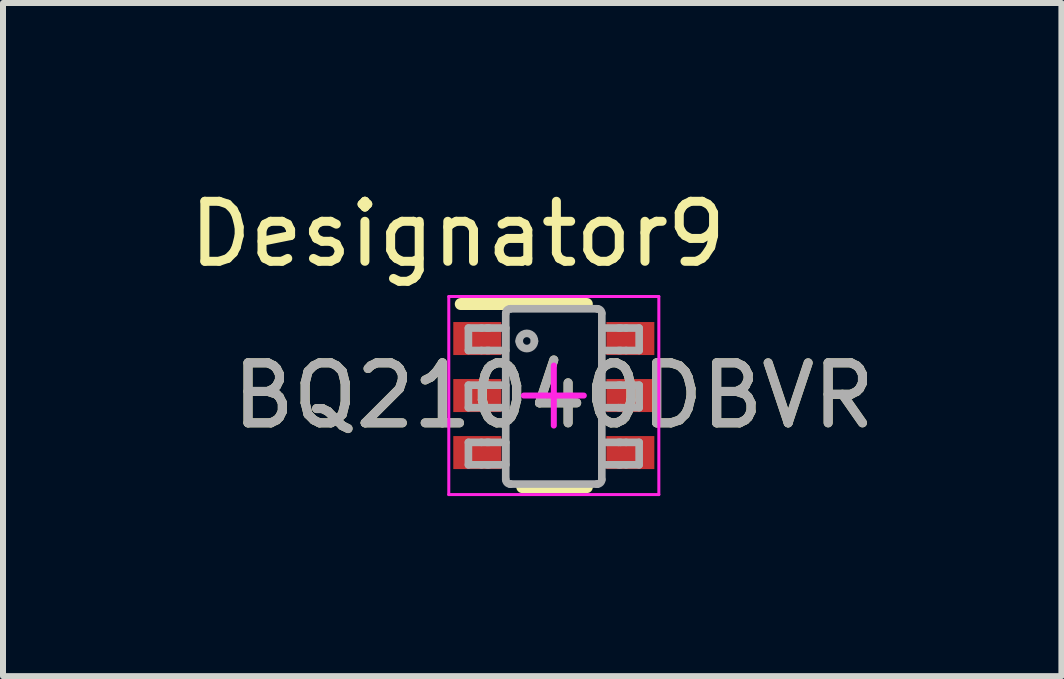
<source format=kicad_pcb>
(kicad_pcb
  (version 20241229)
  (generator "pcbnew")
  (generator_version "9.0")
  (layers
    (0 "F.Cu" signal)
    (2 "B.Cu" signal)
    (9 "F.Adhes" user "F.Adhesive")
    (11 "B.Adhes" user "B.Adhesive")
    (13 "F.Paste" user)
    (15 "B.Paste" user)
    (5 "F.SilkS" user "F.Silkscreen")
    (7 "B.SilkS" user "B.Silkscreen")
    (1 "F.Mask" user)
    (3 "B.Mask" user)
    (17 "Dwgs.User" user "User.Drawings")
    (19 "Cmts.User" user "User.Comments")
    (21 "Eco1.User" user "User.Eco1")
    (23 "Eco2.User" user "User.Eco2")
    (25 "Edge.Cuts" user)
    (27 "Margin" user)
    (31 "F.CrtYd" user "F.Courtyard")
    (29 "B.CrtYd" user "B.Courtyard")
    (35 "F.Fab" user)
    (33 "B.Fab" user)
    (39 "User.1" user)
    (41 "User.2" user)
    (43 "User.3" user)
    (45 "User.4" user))
  (footprint "BQ21040DBVR"
    (layer "F.Cu")
    (at 6.178 3.541)
    (property "Reference" "BQ21040DBVR" (at 0 0 0) (unlocked yes) (layer "F.SilkS") (effects (font (size 1 1) (thickness 0.15))))
    (attr smd)
    (fp_line (start -1.55 -1.525) (end 0.55 -1.525) (stroke (width 0.2) (type solid)) (layer "F.SilkS"))
    (fp_line (start -0.525 1.525) (end 0.55 1.525) (stroke (width 0.2) (type solid)) (layer "F.SilkS"))
    (fp_line (start -1.75 -1.65) (end 1.75 -1.65) (stroke (width 0.05) (type solid)) (layer "F.CrtYd"))
    (fp_line (start -1.75 1.65) (end -1.75 -1.65) (stroke (width 0.05) (type solid)) (layer "F.CrtYd"))
    (fp_line (start -1.75 1.65) (end 1.75 1.65) (stroke (width 0.05) (type solid)) (layer "F.CrtYd"))
    (fp_line (start -0.5 0) (end 0.5 0) (stroke (width 0.1) (type solid)) (layer "F.CrtYd"))
    (fp_line (start 0 0.5) (end 0 -0.5) (stroke (width 0.1) (type solid)) (layer "F.CrtYd"))
    (fp_line (start 1.75 1.65) (end 1.75 -1.65) (stroke (width 0.05) (type solid)) (layer "F.CrtYd"))
    (fp_line (start -1.423 -1.125) (end -1.206 -1.125) (stroke (width 0.127) (type solid)) (layer "F.Fab"))
    (fp_line (start -1.423 -0.751) (end -1.423 -1.125) (stroke (width 0.127) (type solid)) (layer "F.Fab"))
    (fp_line (start -1.423 -0.751) (end -1.206 -0.751) (stroke (width 0.127) (type solid)) (layer "F.Fab"))
    (fp_line (start -1.423 -0.173) (end -1.206 -0.173) (stroke (width 0.127) (type solid)) (layer "F.Fab"))
    (fp_line (start -1.423 0.202) (end -1.423 -0.173) (stroke (width 0.127) (type solid)) (layer "F.Fab"))
    (fp_line (start -1.423 0.202) (end -1.206 0.202) (stroke (width 0.127) (type solid)) (layer "F.Fab"))
    (fp_line (start -1.423 0.78) (end -1.206 0.78) (stroke (width 0.127) (type solid)) (layer "F.Fab"))
    (fp_line (start -1.423 1.154) (end -1.423 0.78) (stroke (width 0.127) (type solid)) (layer "F.Fab"))
    (fp_line (start -1.423 1.154) (end -1.206 1.154) (stroke (width 0.127) (type solid)) (layer "F.Fab"))
    (fp_line (start -1.206 -1.125) (end -1.113 -1.125) (stroke (width 0.127) (type solid)) (layer "F.Fab"))
    (fp_line (start -1.206 -0.751) (end -1.113 -0.751) (stroke (width 0.127) (type solid)) (layer "F.Fab"))
    (fp_line (start -1.206 -0.173) (end -1.113 -0.173) (stroke (width 0.127) (type solid)) (layer "F.Fab"))
    (fp_line (start -1.206 0.202) (end -1.113 0.202) (stroke (width 0.127) (type solid)) (layer "F.Fab"))
    (fp_line (start -1.206 0.78) (end -1.113 0.78) (stroke (width 0.127) (type solid)) (layer "F.Fab"))
    (fp_line (start -1.206 1.154) (end -1.113 1.154) (stroke (width 0.127) (type solid)) (layer "F.Fab"))
    (fp_line (start -1.113 -1.125) (end -1.081 -1.125) (stroke (width 0.127) (type solid)) (layer "F.Fab"))
    (fp_line (start -1.113 -0.751) (end -1.081 -0.751) (stroke (width 0.127) (type solid)) (layer "F.Fab"))
    (fp_line (start -1.113 -0.173) (end -1.081 -0.173) (stroke (width 0.127) (type solid)) (layer "F.Fab"))
    (fp_line (start -1.113 0.202) (end -1.081 0.202) (stroke (width 0.127) (type solid)) (layer "F.Fab"))
    (fp_line (start -1.113 0.78) (end -1.081 0.78) (stroke (width 0.127) (type solid)) (layer "F.Fab"))
    (fp_line (start -1.113 1.154) (end -1.081 1.154) (stroke (width 0.127) (type solid)) (layer "F.Fab"))
    (fp_line (start -1.081 -1.125) (end -0.828 -1.125) (stroke (width 0.127) (type solid)) (layer "F.Fab"))
    (fp_line (start -1.081 -0.751) (end -0.828 -0.751) (stroke (width 0.127) (type solid)) (layer "F.Fab"))
    (fp_line (start -1.081 -0.173) (end -0.828 -0.173) (stroke (width 0.127) (type solid)) (layer "F.Fab"))
    (fp_line (start -1.081 0.202) (end -0.828 0.202) (stroke (width 0.127) (type solid)) (layer "F.Fab"))
    (fp_line (start -1.081 0.78) (end -0.828 0.78) (stroke (width 0.127) (type solid)) (layer "F.Fab"))
    (fp_line (start -1.081 1.154) (end -0.828 1.154) (stroke (width 0.127) (type solid)) (layer "F.Fab"))
    (fp_line (start -0.828 -1.125) (end -0.801 -1.125) (stroke (width 0.127) (type solid)) (layer "F.Fab"))
    (fp_line (start -0.828 -0.751) (end -0.801 -0.751) (stroke (width 0.127) (type solid)) (layer "F.Fab"))
    (fp_line (start -0.828 -0.173) (end -0.801 -0.173) (stroke (width 0.127) (type solid)) (layer "F.Fab"))
    (fp_line (start -0.828 0.202) (end -0.801 0.202) (stroke (width 0.127) (type solid)) (layer "F.Fab"))
    (fp_line (start -0.828 0.78) (end -0.801 0.78) (stroke (width 0.127) (type solid)) (layer "F.Fab"))
    (fp_line (start -0.828 1.154) (end -0.801 1.154) (stroke (width 0.127) (type solid)) (layer "F.Fab"))
    (fp_line (start -0.801 -0.751) (end -0.801 -1.125) (stroke (width 0.127) (type solid)) (layer "F.Fab"))
    (fp_line (start -0.801 0.202) (end -0.801 -0.173) (stroke (width 0.127) (type solid)) (layer "F.Fab"))
    (fp_line (start -0.801 1.154) (end -0.801 0.78) (stroke (width 0.127) (type solid)) (layer "F.Fab"))
    (fp_line (start -0.801 1.399) (end -0.801 -1.37) (stroke (width 0.127) (type solid)) (layer "F.Fab"))
    (fp_line (start -0.725 -1.446) (end -0.724 -1.446) (stroke (width 0.127) (type solid)) (layer "F.Fab"))
    (fp_line (start -0.725 1.475) (end -0.724 1.475) (stroke (width 0.127) (type solid)) (layer "F.Fab"))
    (fp_line (start -0.724 -1.446) (end 0.723 -1.446) (stroke (width 0.127) (type solid)) (layer "F.Fab"))
    (fp_line (start -0.724 1.475) (end 0.723 1.475) (stroke (width 0.127) (type solid)) (layer "F.Fab"))
    (fp_line (start 0.723 -1.446) (end 0.724 -1.446) (stroke (width 0.127) (type solid)) (layer "F.Fab"))
    (fp_line (start 0.723 1.475) (end 0.724 1.475) (stroke (width 0.127) (type solid)) (layer "F.Fab"))
    (fp_line (start 0.8 -1.125) (end 0.827 -1.125) (stroke (width 0.127) (type solid)) (layer "F.Fab"))
    (fp_line (start 0.8 -0.751) (end 0.8 -1.125) (stroke (width 0.127) (type solid)) (layer "F.Fab"))
    (fp_line (start 0.8 -0.751) (end 0.827 -0.751) (stroke (width 0.127) (type solid)) (layer "F.Fab"))
    (fp_line (start 0.8 -0.173) (end 0.827 -0.173) (stroke (width 0.127) (type solid)) (layer "F.Fab"))
    (fp_line (start 0.8 0.202) (end 0.8 -0.173) (stroke (width 0.127) (type solid)) (layer "F.Fab"))
    (fp_line (start 0.8 0.202) (end 0.827 0.202) (stroke (width 0.127) (type solid)) (layer "F.Fab"))
    (fp_line (start 0.8 0.78) (end 0.827 0.78) (stroke (width 0.127) (type solid)) (layer "F.Fab"))
    (fp_line (start 0.8 1.154) (end 0.8 0.78) (stroke (width 0.127) (type solid)) (layer "F.Fab"))
    (fp_line (start 0.8 1.154) (end 0.827 1.154) (stroke (width 0.127) (type solid)) (layer "F.Fab"))
    (fp_line (start 0.8 1.399) (end 0.8 -1.37) (stroke (width 0.127) (type solid)) (layer "F.Fab"))
    (fp_line (start 0.827 -1.125) (end 1.08 -1.125) (stroke (width 0.127) (type solid)) (layer "F.Fab"))
    (fp_line (start 0.827 -0.751) (end 1.08 -0.751) (stroke (width 0.127) (type solid)) (layer "F.Fab"))
    (fp_line (start 0.827 -0.173) (end 1.08 -0.173) (stroke (width 0.127) (type solid)) (layer "F.Fab"))
    (fp_line (start 0.827 0.202) (end 1.08 0.202) (stroke (width 0.127) (type solid)) (layer "F.Fab"))
    (fp_line (start 0.827 0.78) (end 1.08 0.78) (stroke (width 0.127) (type solid)) (layer "F.Fab"))
    (fp_line (start 0.827 1.154) (end 1.08 1.154) (stroke (width 0.127) (type solid)) (layer "F.Fab"))
    (fp_line (start 1.08 -1.125) (end 1.112 -1.125) (stroke (width 0.127) (type solid)) (layer "F.Fab"))
    (fp_line (start 1.08 -0.751) (end 1.112 -0.751) (stroke (width 0.127) (type solid)) (layer "F.Fab"))
    (fp_line (start 1.08 -0.173) (end 1.112 -0.173) (stroke (width 0.127) (type solid)) (layer "F.Fab"))
    (fp_line (start 1.08 0.202) (end 1.112 0.202) (stroke (width 0.127) (type solid)) (layer "F.Fab"))
    (fp_line (start 1.08 0.78) (end 1.112 0.78) (stroke (width 0.127) (type solid)) (layer "F.Fab"))
    (fp_line (start 1.08 1.154) (end 1.112 1.154) (stroke (width 0.127) (type solid)) (layer "F.Fab"))
    (fp_line (start 1.112 -1.125) (end 1.205 -1.125) (stroke (width 0.127) (type solid)) (layer "F.Fab"))
    (fp_line (start 1.112 -0.751) (end 1.205 -0.751) (stroke (width 0.127) (type solid)) (layer "F.Fab"))
    (fp_line (start 1.112 -0.173) (end 1.205 -0.173) (stroke (width 0.127) (type solid)) (layer "F.Fab"))
    (fp_line (start 1.112 0.202) (end 1.205 0.202) (stroke (width 0.127) (type solid)) (layer "F.Fab"))
    (fp_line (start 1.112 0.78) (end 1.205 0.78) (stroke (width 0.127) (type solid)) (layer "F.Fab"))
    (fp_line (start 1.112 1.154) (end 1.205 1.154) (stroke (width 0.127) (type solid)) (layer "F.Fab"))
    (fp_line (start 1.205 -1.125) (end 1.422 -1.125) (stroke (width 0.127) (type solid)) (layer "F.Fab"))
    (fp_line (start 1.205 -0.751) (end 1.422 -0.751) (stroke (width 0.127) (type solid)) (layer "F.Fab"))
    (fp_line (start 1.205 -0.173) (end 1.422 -0.173) (stroke (width 0.127) (type solid)) (layer "F.Fab"))
    (fp_line (start 1.205 0.202) (end 1.422 0.202) (stroke (width 0.127) (type solid)) (layer "F.Fab"))
    (fp_line (start 1.205 0.78) (end 1.422 0.78) (stroke (width 0.127) (type solid)) (layer "F.Fab"))
    (fp_line (start 1.205 1.154) (end 1.422 1.154) (stroke (width 0.127) (type solid)) (layer "F.Fab"))
    (fp_line (start 1.422 -0.751) (end 1.422 -1.125) (stroke (width 0.127) (type solid)) (layer "F.Fab"))
    (fp_line (start 1.422 0.202) (end 1.422 -0.173) (stroke (width 0.127) (type solid)) (layer "F.Fab"))
    (fp_line (start 1.422 1.154) (end 1.422 0.78) (stroke (width 0.127) (type solid)) (layer "F.Fab"))
    (fp_arc (start -0.800692 -1.369901) (mid -0.778512 -1.423533) (end -0.724999 -1.446) (stroke (width 0.127) (type solid)) (layer "F.Fab"))
    (fp_arc (start -0.724999 1.475002) (mid -0.778507 1.452548) (end -0.800692 1.398928) (stroke (width 0.127) (type solid)) (layer "F.Fab"))
    (fp_arc (start -0.576537 -0.906071) (mid -0.449562 -1.033046) (end -0.322588 -0.906071) (stroke (width 0.127) (type solid)) (layer "F.Fab"))
    (fp_arc (start -0.322588 -0.906071) (mid -0.449562 -0.779097) (end -0.576537 -0.906071) (stroke (width 0.127) (type solid)) (layer "F.Fab"))
    (fp_arc (start 0.723841 -1.446) (mid 0.777341 -1.423528) (end 0.799508 -1.369901) (stroke (width 0.127) (type solid)) (layer "F.Fab"))
    (fp_arc (start 0.799508 1.398928) (mid 0.777336 1.452543) (end 0.723841 1.475002) (stroke (width 0.127) (type solid)) (layer "F.Fab"))
    (fp_text user "Designator9" (at -1.6 -2.692 0) (unlocked yes) (layer "F.SilkS") (effects (font (size 1 1) (thickness 0.15))))
    (fp_text user "${REFERENCE}" (at 0 0 0) (unlocked yes) (layer "F.Fab") (effects (font (size 1 1) (thickness 0.15))))
    (pad "1" smd rect (at -1.275 -0.95 90) (size 0.55 0.8) (layers "F.Cu" "F.Mask" "F.Paste"))
    (pad "2" smd rect (at -1.275 0 90) (size 0.55 0.8) (layers "F.Cu" "F.Mask" "F.Paste"))
    (pad "3" smd rect (at -1.275 0.95 90) (size 0.55 0.8) (layers "F.Cu" "F.Mask" "F.Paste"))
    (pad "4" smd rect (at 1.275 0.95 90) (size 0.55 0.8) (layers "F.Cu" "F.Mask" "F.Paste"))
    (pad "5" smd rect (at 1.275 0 90) (size 0.55 0.8) (layers "F.Cu" "F.Mask" "F.Paste"))
    (pad "6" smd rect (at 1.275 -0.95 90) (size 0.55 0.8) (layers "F.Cu" "F.Mask" "F.Paste")))
  (gr_rect
    (start -3 -3)
    (end 14.636 8.216)
    (stroke (width 0.1) (type default))
    (fill no)
    (layer "Edge.Cuts")))
</source>
